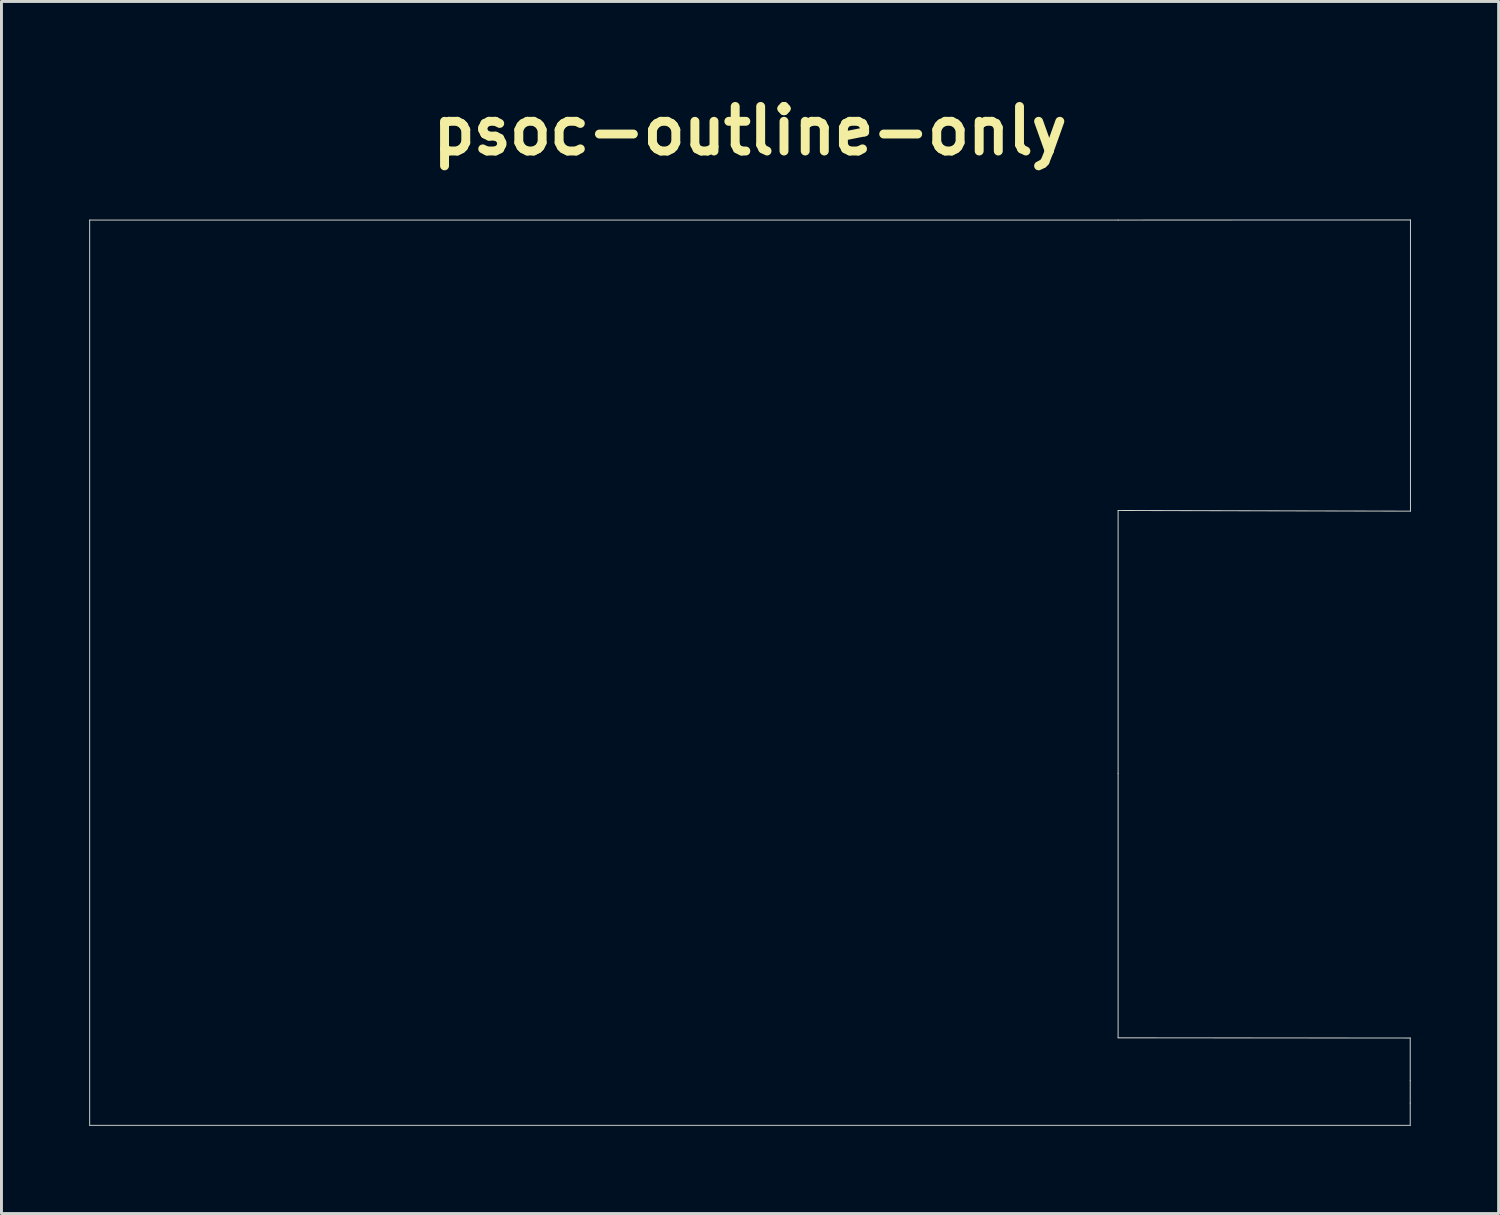
<source format=kicad_pcb>
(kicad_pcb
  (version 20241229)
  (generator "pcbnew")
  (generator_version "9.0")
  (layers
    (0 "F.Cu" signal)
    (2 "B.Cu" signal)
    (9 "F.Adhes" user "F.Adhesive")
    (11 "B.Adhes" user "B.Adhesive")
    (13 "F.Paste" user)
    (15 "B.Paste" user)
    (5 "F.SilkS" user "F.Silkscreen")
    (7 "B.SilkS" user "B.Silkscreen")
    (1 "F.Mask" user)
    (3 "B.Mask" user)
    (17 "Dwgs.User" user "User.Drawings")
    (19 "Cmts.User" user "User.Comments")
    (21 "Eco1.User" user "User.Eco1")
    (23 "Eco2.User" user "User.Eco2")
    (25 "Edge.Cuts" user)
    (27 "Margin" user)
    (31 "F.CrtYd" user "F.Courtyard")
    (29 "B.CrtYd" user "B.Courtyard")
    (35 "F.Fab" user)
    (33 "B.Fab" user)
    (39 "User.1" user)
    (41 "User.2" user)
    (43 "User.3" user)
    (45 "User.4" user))
  (footprint "psoc-outline-only"
    (layer "F.Cu")
    (at 22.606 19.958)
    (property "Reference" "psoc-outline-only" (at 0 -18.532 0) (layer "F.SilkS") (effects (font (size 1.524 1.524) (thickness 0.305))))
    (attr smd)
    (fp_line (start -22.589 -15.481) (end 12.589 -15.481) (stroke (width 0.033) (type solid)) (layer "Edge.Cuts"))
    (fp_line (start -22.589 15.484) (end -22.589 -15.481) (stroke (width 0.033) (type solid)) (layer "Edge.Cuts"))
    (fp_line (start 12.589 -15.481) (end 22.589 -15.484) (stroke (width 0.033) (type solid)) (layer "Edge.Cuts"))
    (fp_line (start 12.589 -5.547) (end 12.589 3.445) (stroke (width 0.033) (type solid)) (layer "Edge.Cuts"))
    (fp_line (start 12.589 3.445) (end 12.589 12.491) (stroke (width 0.033) (type solid)) (layer "Edge.Cuts"))
    (fp_line (start 12.589 12.491) (end 22.581 12.498) (stroke (width 0.033) (type solid)) (layer "Edge.Cuts"))
    (fp_line (start 22.581 12.498) (end 22.581 13.961) (stroke (width 0.033) (type solid)) (layer "Edge.Cuts"))
    (fp_line (start 22.581 13.961) (end 22.581 14.722) (stroke (width 0.033) (type solid)) (layer "Edge.Cuts"))
    (fp_line (start 22.581 14.722) (end 22.581 15.484) (stroke (width 0.033) (type solid)) (layer "Edge.Cuts"))
    (fp_line (start 22.581 15.484) (end -22.589 15.484) (stroke (width 0.033) (type solid)) (layer "Edge.Cuts"))
    (fp_line (start 22.589 -15.484) (end 22.589 -8.465) (stroke (width 0.033) (type solid)) (layer "Edge.Cuts"))
    (fp_line (start 22.589 -8.465) (end 22.589 -6.263) (stroke (width 0.033) (type solid)) (layer "Edge.Cuts"))
    (fp_line (start 22.589 -6.263) (end 22.589 -5.524) (stroke (width 0.033) (type solid)) (layer "Edge.Cuts"))
    (fp_line (start 22.589 -5.524) (end 12.589 -5.547) (stroke (width 0.033) (type solid)) (layer "Edge.Cuts")))
  (gr_rect
    (start -3 -3)
    (end 48.211 38.459)
    (stroke (width 0.1) (type default))
    (fill no)
    (layer "Edge.Cuts")))
</source>
